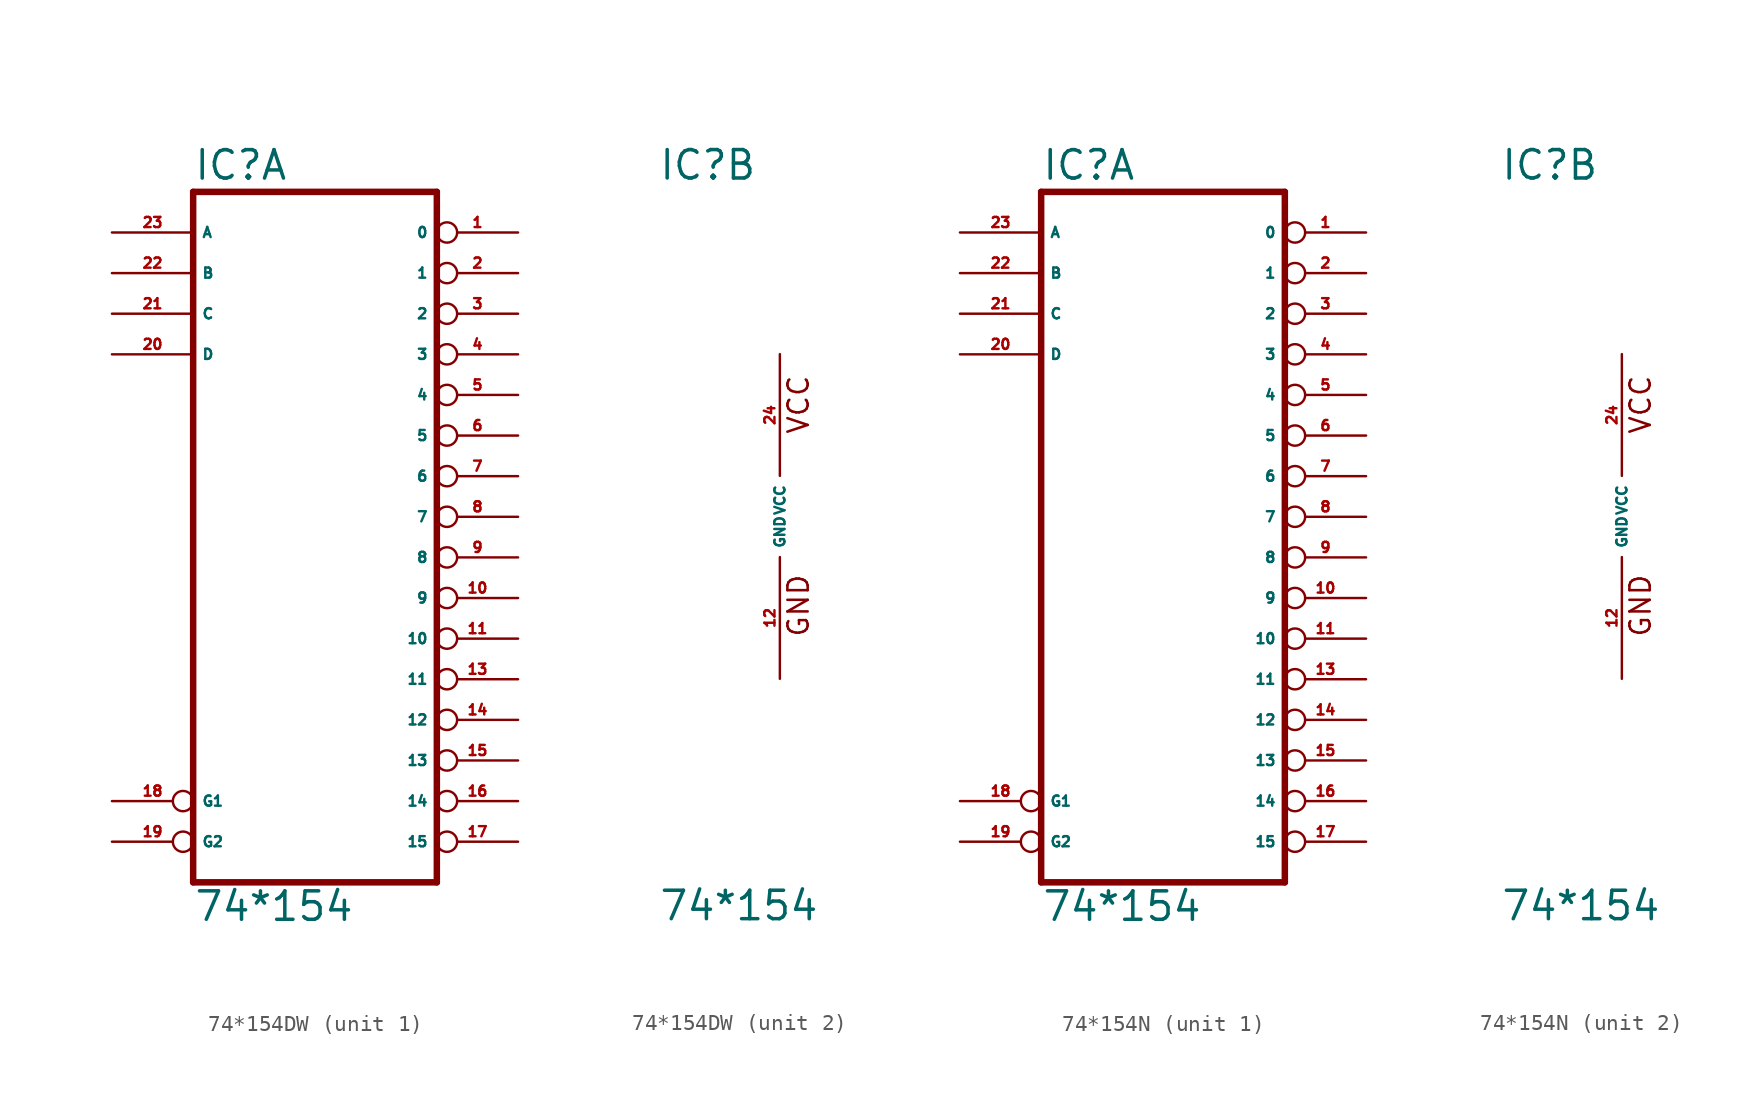
<source format=kicad_sym>
(kicad_symbol_lib
  (version 20220914)
  (generator Eagle2Kicad)
  (symbol "74*154DW"
    (property "Reference" "IC"
      (at -7.62 20.955 0)
      (effects (font (size 1.778 1.778) (thickness 0.22)) (justify left bottom)))
    (property "Value" "74*154"
      (at -7.62 -25.4 0)
      (effects (font (size 1.778 1.778) (thickness 0.22)) (justify left bottom)))
    (symbol "74*154DW_1_0"
      (polyline (pts (xy -7.62 -22.86) (xy 7.62 -22.86)) (stroke (width 0.406) (type default)) (fill (type none)))
      (polyline (pts (xy 7.62 -22.86) (xy 7.62 20.32)) (stroke (width 0.406) (type default)) (fill (type none)))
      (polyline (pts (xy 7.62 20.32) (xy -7.62 20.32)) (stroke (width 0.406) (type default)) (fill (type none)))
      (polyline (pts (xy -7.62 20.32) (xy -7.62 -22.86)) (stroke (width 0.406) (type default)) (fill (type none)))
      (pin output inverted (at 12.7 17.78 180) (length 5.08) (name "0" (effects (font (size 0.635 0.635) (thickness 0.08)) (justify left bottom))) (number "1" (effects (font (size 0.635 0.635) (thickness 0.08)) (justify left bottom))))
      (pin output inverted (at 12.7 15.24 180) (length 5.08) (name "1" (effects (font (size 0.635 0.635) (thickness 0.08)) (justify left bottom))) (number "2" (effects (font (size 0.635 0.635) (thickness 0.08)) (justify left bottom))))
      (pin output inverted (at 12.7 12.7 180) (length 5.08) (name "2" (effects (font (size 0.635 0.635) (thickness 0.08)) (justify left bottom))) (number "3" (effects (font (size 0.635 0.635) (thickness 0.08)) (justify left bottom))))
      (pin output inverted (at 12.7 10.16 180) (length 5.08) (name "3" (effects (font (size 0.635 0.635) (thickness 0.08)) (justify left bottom))) (number "4" (effects (font (size 0.635 0.635) (thickness 0.08)) (justify left bottom))))
      (pin output inverted (at 12.7 7.62 180) (length 5.08) (name "4" (effects (font (size 0.635 0.635) (thickness 0.08)) (justify left bottom))) (number "5" (effects (font (size 0.635 0.635) (thickness 0.08)) (justify left bottom))))
      (pin output inverted (at 12.7 5.08 180) (length 5.08) (name "5" (effects (font (size 0.635 0.635) (thickness 0.08)) (justify left bottom))) (number "6" (effects (font (size 0.635 0.635) (thickness 0.08)) (justify left bottom))))
      (pin output inverted (at 12.7 2.54 180) (length 5.08) (name "6" (effects (font (size 0.635 0.635) (thickness 0.08)) (justify left bottom))) (number "7" (effects (font (size 0.635 0.635) (thickness 0.08)) (justify left bottom))))
      (pin output inverted (at 12.7 0 180) (length 5.08) (name "7" (effects (font (size 0.635 0.635) (thickness 0.08)) (justify left bottom))) (number "8" (effects (font (size 0.635 0.635) (thickness 0.08)) (justify left bottom))))
      (pin output inverted (at 12.7 -2.54 180) (length 5.08) (name "8" (effects (font (size 0.635 0.635) (thickness 0.08)) (justify left bottom))) (number "9" (effects (font (size 0.635 0.635) (thickness 0.08)) (justify left bottom))))
      (pin output inverted (at 12.7 -5.08 180) (length 5.08) (name "9" (effects (font (size 0.635 0.635) (thickness 0.08)) (justify left bottom))) (number "10" (effects (font (size 0.635 0.635) (thickness 0.08)) (justify left bottom))))
      (pin output inverted (at 12.7 -7.62 180) (length 5.08) (name "10" (effects (font (size 0.635 0.635) (thickness 0.08)) (justify left bottom))) (number "11" (effects (font (size 0.635 0.635) (thickness 0.08)) (justify left bottom))))
      (pin output inverted (at 12.7 -10.16 180) (length 5.08) (name "11" (effects (font (size 0.635 0.635) (thickness 0.08)) (justify left bottom))) (number "13" (effects (font (size 0.635 0.635) (thickness 0.08)) (justify left bottom))))
      (pin output inverted (at 12.7 -12.7 180) (length 5.08) (name "12" (effects (font (size 0.635 0.635) (thickness 0.08)) (justify left bottom))) (number "14" (effects (font (size 0.635 0.635) (thickness 0.08)) (justify left bottom))))
      (pin output inverted (at 12.7 -15.24 180) (length 5.08) (name "13" (effects (font (size 0.635 0.635) (thickness 0.08)) (justify left bottom))) (number "15" (effects (font (size 0.635 0.635) (thickness 0.08)) (justify left bottom))))
      (pin output inverted (at 12.7 -17.78 180) (length 5.08) (name "14" (effects (font (size 0.635 0.635) (thickness 0.08)) (justify left bottom))) (number "16" (effects (font (size 0.635 0.635) (thickness 0.08)) (justify left bottom))))
      (pin output inverted (at 12.7 -20.32 180) (length 5.08) (name "15" (effects (font (size 0.635 0.635) (thickness 0.08)) (justify left bottom))) (number "17" (effects (font (size 0.635 0.635) (thickness 0.08)) (justify left bottom))))
      (pin input inverted (at -12.7 -17.78 0) (length 5.08) (name "G1" (effects (font (size 0.635 0.635) (thickness 0.08)) (justify left bottom))) (number "18" (effects (font (size 0.635 0.635) (thickness 0.08)) (justify left bottom))))
      (pin input inverted (at -12.7 -20.32 0) (length 5.08) (name "G2" (effects (font (size 0.635 0.635) (thickness 0.08)) (justify left bottom))) (number "19" (effects (font (size 0.635 0.635) (thickness 0.08)) (justify left bottom))))
      (pin input line (at -12.7 10.16 0) (length 5.08) (name "D" (effects (font (size 0.635 0.635) (thickness 0.08)) (justify left bottom))) (number "20" (effects (font (size 0.635 0.635) (thickness 0.08)) (justify left bottom))))
      (pin input line (at -12.7 12.7 0) (length 5.08) (name "C" (effects (font (size 0.635 0.635) (thickness 0.08)) (justify left bottom))) (number "21" (effects (font (size 0.635 0.635) (thickness 0.08)) (justify left bottom))))
      (pin input line (at -12.7 15.24 0) (length 5.08) (name "B" (effects (font (size 0.635 0.635) (thickness 0.08)) (justify left bottom))) (number "22" (effects (font (size 0.635 0.635) (thickness 0.08)) (justify left bottom))))
      (pin input line (at -12.7 17.78 0) (length 5.08) (name "A" (effects (font (size 0.635 0.635) (thickness 0.08)) (justify left bottom))) (number "23" (effects (font (size 0.635 0.635) (thickness 0.08)) (justify left bottom)))))
    (symbol "74*154DW_2_0"
      (text "GND" (at 1.905 -7.62 900) (effects (font (size 1.27 1.27) (thickness 0.16)) (justify left bottom)))
      (text "VCC" (at 1.905 5.08 900) (effects (font (size 1.27 1.27) (thickness 0.16)) (justify left bottom)))
      (pin unspecified line (at 0 -10.16 90) (length 7.62) (name "GND" (effects (font (size 0.635 0.635) (thickness 0.08)) (justify left bottom))) (number "12" (effects (font (size 0.635 0.635) (thickness 0.08)) (justify left bottom))))
      (pin unspecified line (at 0 10.16 270) (length 7.62) (name "VCC" (effects (font (size 0.635 0.635) (thickness 0.08)) (justify left bottom))) (number "24" (effects (font (size 0.635 0.635) (thickness 0.08)) (justify left bottom))))))
  (symbol "74*154N"
    (property "Reference" "IC"
      (at -7.62 20.955 0)
      (effects (font (size 1.778 1.778) (thickness 0.22)) (justify left bottom)))
    (property "Value" "74*154"
      (at -7.62 -25.4 0)
      (effects (font (size 1.778 1.778) (thickness 0.22)) (justify left bottom)))
    (symbol "74*154N_1_0"
      (polyline (pts (xy -7.62 -22.86) (xy 7.62 -22.86)) (stroke (width 0.406) (type default)) (fill (type none)))
      (polyline (pts (xy 7.62 -22.86) (xy 7.62 20.32)) (stroke (width 0.406) (type default)) (fill (type none)))
      (polyline (pts (xy 7.62 20.32) (xy -7.62 20.32)) (stroke (width 0.406) (type default)) (fill (type none)))
      (polyline (pts (xy -7.62 20.32) (xy -7.62 -22.86)) (stroke (width 0.406) (type default)) (fill (type none)))
      (pin output inverted (at 12.7 17.78 180) (length 5.08) (name "0" (effects (font (size 0.635 0.635) (thickness 0.08)) (justify left bottom))) (number "1" (effects (font (size 0.635 0.635) (thickness 0.08)) (justify left bottom))))
      (pin output inverted (at 12.7 15.24 180) (length 5.08) (name "1" (effects (font (size 0.635 0.635) (thickness 0.08)) (justify left bottom))) (number "2" (effects (font (size 0.635 0.635) (thickness 0.08)) (justify left bottom))))
      (pin output inverted (at 12.7 12.7 180) (length 5.08) (name "2" (effects (font (size 0.635 0.635) (thickness 0.08)) (justify left bottom))) (number "3" (effects (font (size 0.635 0.635) (thickness 0.08)) (justify left bottom))))
      (pin output inverted (at 12.7 10.16 180) (length 5.08) (name "3" (effects (font (size 0.635 0.635) (thickness 0.08)) (justify left bottom))) (number "4" (effects (font (size 0.635 0.635) (thickness 0.08)) (justify left bottom))))
      (pin output inverted (at 12.7 7.62 180) (length 5.08) (name "4" (effects (font (size 0.635 0.635) (thickness 0.08)) (justify left bottom))) (number "5" (effects (font (size 0.635 0.635) (thickness 0.08)) (justify left bottom))))
      (pin output inverted (at 12.7 5.08 180) (length 5.08) (name "5" (effects (font (size 0.635 0.635) (thickness 0.08)) (justify left bottom))) (number "6" (effects (font (size 0.635 0.635) (thickness 0.08)) (justify left bottom))))
      (pin output inverted (at 12.7 2.54 180) (length 5.08) (name "6" (effects (font (size 0.635 0.635) (thickness 0.08)) (justify left bottom))) (number "7" (effects (font (size 0.635 0.635) (thickness 0.08)) (justify left bottom))))
      (pin output inverted (at 12.7 0 180) (length 5.08) (name "7" (effects (font (size 0.635 0.635) (thickness 0.08)) (justify left bottom))) (number "8" (effects (font (size 0.635 0.635) (thickness 0.08)) (justify left bottom))))
      (pin output inverted (at 12.7 -2.54 180) (length 5.08) (name "8" (effects (font (size 0.635 0.635) (thickness 0.08)) (justify left bottom))) (number "9" (effects (font (size 0.635 0.635) (thickness 0.08)) (justify left bottom))))
      (pin output inverted (at 12.7 -5.08 180) (length 5.08) (name "9" (effects (font (size 0.635 0.635) (thickness 0.08)) (justify left bottom))) (number "10" (effects (font (size 0.635 0.635) (thickness 0.08)) (justify left bottom))))
      (pin output inverted (at 12.7 -7.62 180) (length 5.08) (name "10" (effects (font (size 0.635 0.635) (thickness 0.08)) (justify left bottom))) (number "11" (effects (font (size 0.635 0.635) (thickness 0.08)) (justify left bottom))))
      (pin output inverted (at 12.7 -10.16 180) (length 5.08) (name "11" (effects (font (size 0.635 0.635) (thickness 0.08)) (justify left bottom))) (number "13" (effects (font (size 0.635 0.635) (thickness 0.08)) (justify left bottom))))
      (pin output inverted (at 12.7 -12.7 180) (length 5.08) (name "12" (effects (font (size 0.635 0.635) (thickness 0.08)) (justify left bottom))) (number "14" (effects (font (size 0.635 0.635) (thickness 0.08)) (justify left bottom))))
      (pin output inverted (at 12.7 -15.24 180) (length 5.08) (name "13" (effects (font (size 0.635 0.635) (thickness 0.08)) (justify left bottom))) (number "15" (effects (font (size 0.635 0.635) (thickness 0.08)) (justify left bottom))))
      (pin output inverted (at 12.7 -17.78 180) (length 5.08) (name "14" (effects (font (size 0.635 0.635) (thickness 0.08)) (justify left bottom))) (number "16" (effects (font (size 0.635 0.635) (thickness 0.08)) (justify left bottom))))
      (pin output inverted (at 12.7 -20.32 180) (length 5.08) (name "15" (effects (font (size 0.635 0.635) (thickness 0.08)) (justify left bottom))) (number "17" (effects (font (size 0.635 0.635) (thickness 0.08)) (justify left bottom))))
      (pin input inverted (at -12.7 -17.78 0) (length 5.08) (name "G1" (effects (font (size 0.635 0.635) (thickness 0.08)) (justify left bottom))) (number "18" (effects (font (size 0.635 0.635) (thickness 0.08)) (justify left bottom))))
      (pin input inverted (at -12.7 -20.32 0) (length 5.08) (name "G2" (effects (font (size 0.635 0.635) (thickness 0.08)) (justify left bottom))) (number "19" (effects (font (size 0.635 0.635) (thickness 0.08)) (justify left bottom))))
      (pin input line (at -12.7 10.16 0) (length 5.08) (name "D" (effects (font (size 0.635 0.635) (thickness 0.08)) (justify left bottom))) (number "20" (effects (font (size 0.635 0.635) (thickness 0.08)) (justify left bottom))))
      (pin input line (at -12.7 12.7 0) (length 5.08) (name "C" (effects (font (size 0.635 0.635) (thickness 0.08)) (justify left bottom))) (number "21" (effects (font (size 0.635 0.635) (thickness 0.08)) (justify left bottom))))
      (pin input line (at -12.7 15.24 0) (length 5.08) (name "B" (effects (font (size 0.635 0.635) (thickness 0.08)) (justify left bottom))) (number "22" (effects (font (size 0.635 0.635) (thickness 0.08)) (justify left bottom))))
      (pin input line (at -12.7 17.78 0) (length 5.08) (name "A" (effects (font (size 0.635 0.635) (thickness 0.08)) (justify left bottom))) (number "23" (effects (font (size 0.635 0.635) (thickness 0.08)) (justify left bottom)))))
    (symbol "74*154N_2_0"
      (text "GND" (at 1.905 -7.62 900) (effects (font (size 1.27 1.27) (thickness 0.16)) (justify left bottom)))
      (text "VCC" (at 1.905 5.08 900) (effects (font (size 1.27 1.27) (thickness 0.16)) (justify left bottom)))
      (pin unspecified line (at 0 -10.16 90) (length 7.62) (name "GND" (effects (font (size 0.635 0.635) (thickness 0.08)) (justify left bottom))) (number "12" (effects (font (size 0.635 0.635) (thickness 0.08)) (justify left bottom))))
      (pin unspecified line (at 0 10.16 270) (length 7.62) (name "VCC" (effects (font (size 0.635 0.635) (thickness 0.08)) (justify left bottom))) (number "24" (effects (font (size 0.635 0.635) (thickness 0.08)) (justify left bottom)))))))
</source>
